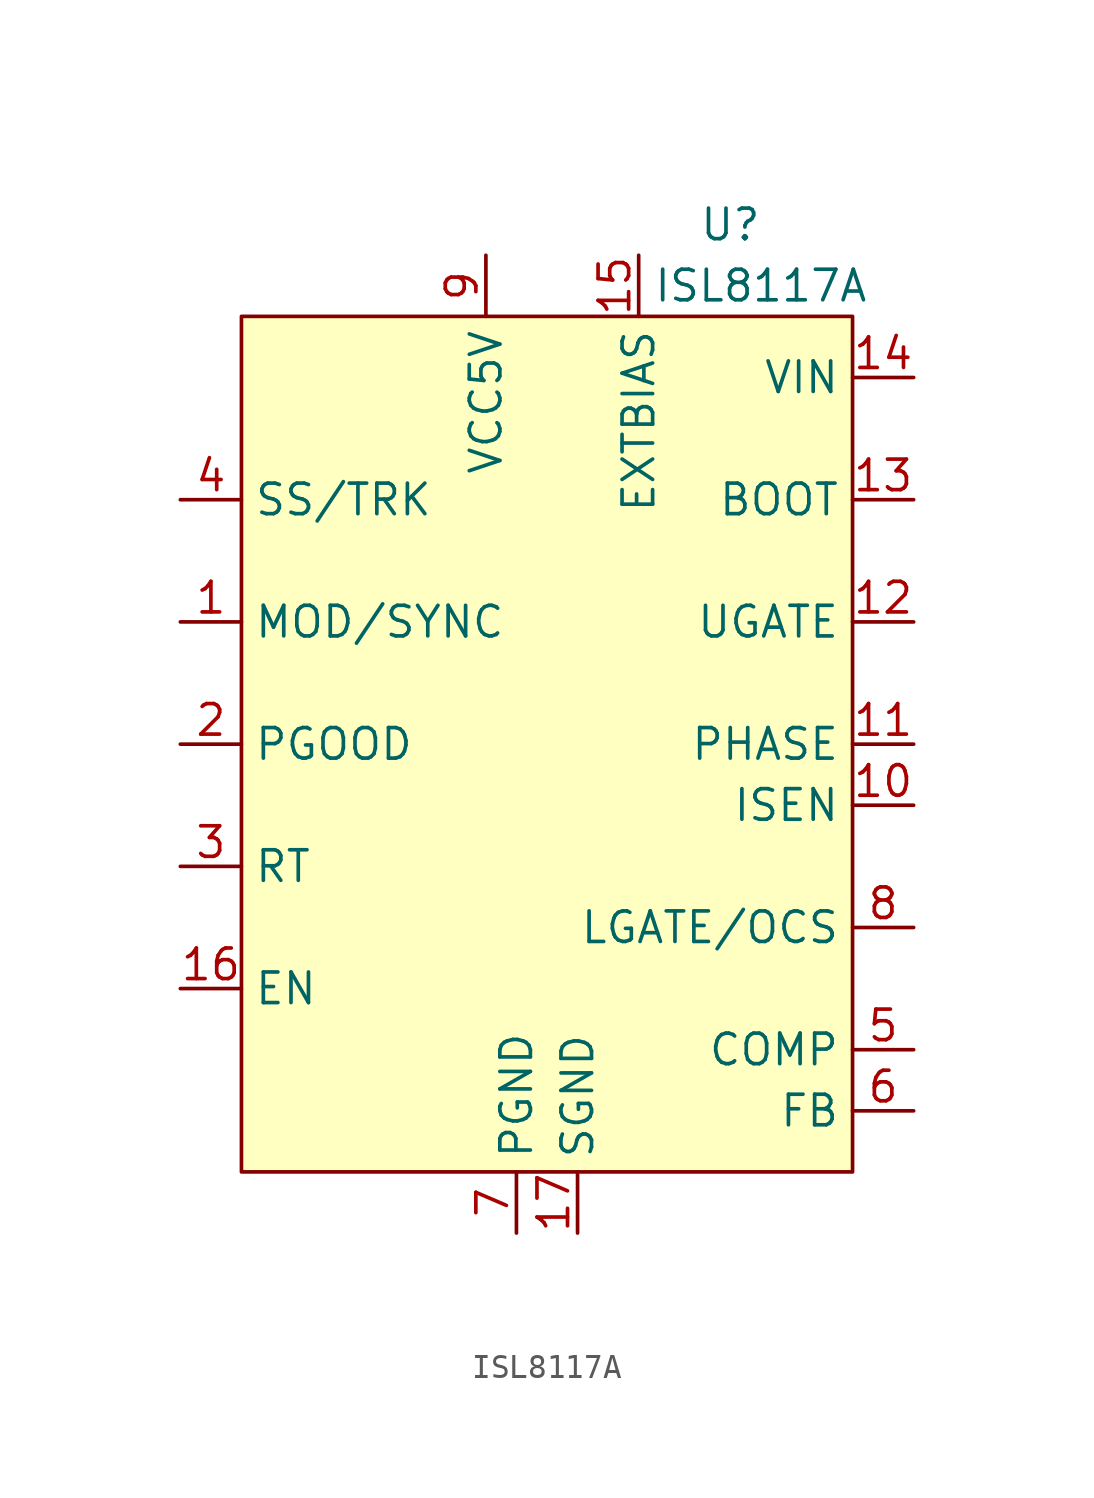
<source format=kicad_sym>
(kicad_symbol_lib
  (version 20211014)
  (generator kicad_symbol_editor)
  (symbol "ISL8117A"
    (property "Reference" "U"
      (at 7.62 19.05 0)
      (effects (font (size 1.27 1.27))))
    (property "Value" "ISL8117A"
      (at 8.89 16.51 0)
      (effects (font (size 1.27 1.27))))
    (symbol "ISL8117A_0_0"
      (pin input line (at -15.24 2.54 0) (length 2.54) (name "MOD/SYNC" (effects (font (size 1.27 1.27)))) (number "1" (effects (font (size 1.27 1.27)))))
      (pin input line (at 15.24 -5.08 180) (length 2.54) (name "ISEN" (effects (font (size 1.27 1.27)))) (number "10" (effects (font (size 1.27 1.27)))))
      (pin input line (at 15.24 -2.54 180) (length 2.54) (name "PHASE" (effects (font (size 1.27 1.27)))) (number "11" (effects (font (size 1.27 1.27)))))
      (pin output line (at 15.24 2.54 180) (length 2.54) (name "UGATE" (effects (font (size 1.27 1.27)))) (number "12" (effects (font (size 1.27 1.27)))))
      (pin passive line (at 15.24 7.62 180) (length 2.54) (name "BOOT" (effects (font (size 1.27 1.27)))) (number "13" (effects (font (size 1.27 1.27)))))
      (pin power_in line (at 15.24 12.7 180) (length 2.54) (name "VIN" (effects (font (size 1.27 1.27)))) (number "14" (effects (font (size 1.27 1.27)))))
      (pin passive line (at 3.81 17.78 270) (length 2.54) (name "EXTBIAS" (effects (font (size 1.27 1.27)))) (number "15" (effects (font (size 1.27 1.27)))))
      (pin input line (at -15.24 -12.7 0) (length 2.54) (name "EN" (effects (font (size 1.27 1.27)))) (number "16" (effects (font (size 1.27 1.27)))))
      (pin power_in line (at 1.27 -22.86 90) (length 2.54) (name "SGND" (effects (font (size 1.27 1.27)))) (number "17" (effects (font (size 1.27 1.27)))))
      (pin open_collector line (at -15.24 -2.54 0) (length 2.54) (name "PGOOD" (effects (font (size 1.27 1.27)))) (number "2" (effects (font (size 1.27 1.27)))))
      (pin passive line (at -15.24 -7.62 0) (length 2.54) (name "RT" (effects (font (size 1.27 1.27)))) (number "3" (effects (font (size 1.27 1.27)))))
      (pin passive line (at -15.24 7.62 0) (length 2.54) (name "SS/TRK" (effects (font (size 1.27 1.27)))) (number "4" (effects (font (size 1.27 1.27)))))
      (pin passive line (at 15.24 -15.24 180) (length 2.54) (name "COMP" (effects (font (size 1.27 1.27)))) (number "5" (effects (font (size 1.27 1.27)))))
      (pin passive line (at 15.24 -17.78 180) (length 2.54) (name "FB" (effects (font (size 1.27 1.27)))) (number "6" (effects (font (size 1.27 1.27)))))
      (pin power_in line (at -1.27 -22.86 90) (length 2.54) (name "PGND" (effects (font (size 1.27 1.27)))) (number "7" (effects (font (size 1.27 1.27)))))
      (pin output line (at 15.24 -10.16 180) (length 2.54) (name "LGATE/OCS" (effects (font (size 1.27 1.27)))) (number "8" (effects (font (size 1.27 1.27)))))
      (pin power_out line (at -2.54 17.78 270) (length 2.54) (name "VCC5V" (effects (font (size 1.27 1.27)))) (number "9" (effects (font (size 1.27 1.27))))))
    (symbol "ISL8117A_0_1"
      (rectangle (start -12.7 15.24) (end 12.7 -20.32) (stroke (width 0) (type default) (color 0 0 0 0)) (fill (type background))))))
</source>
